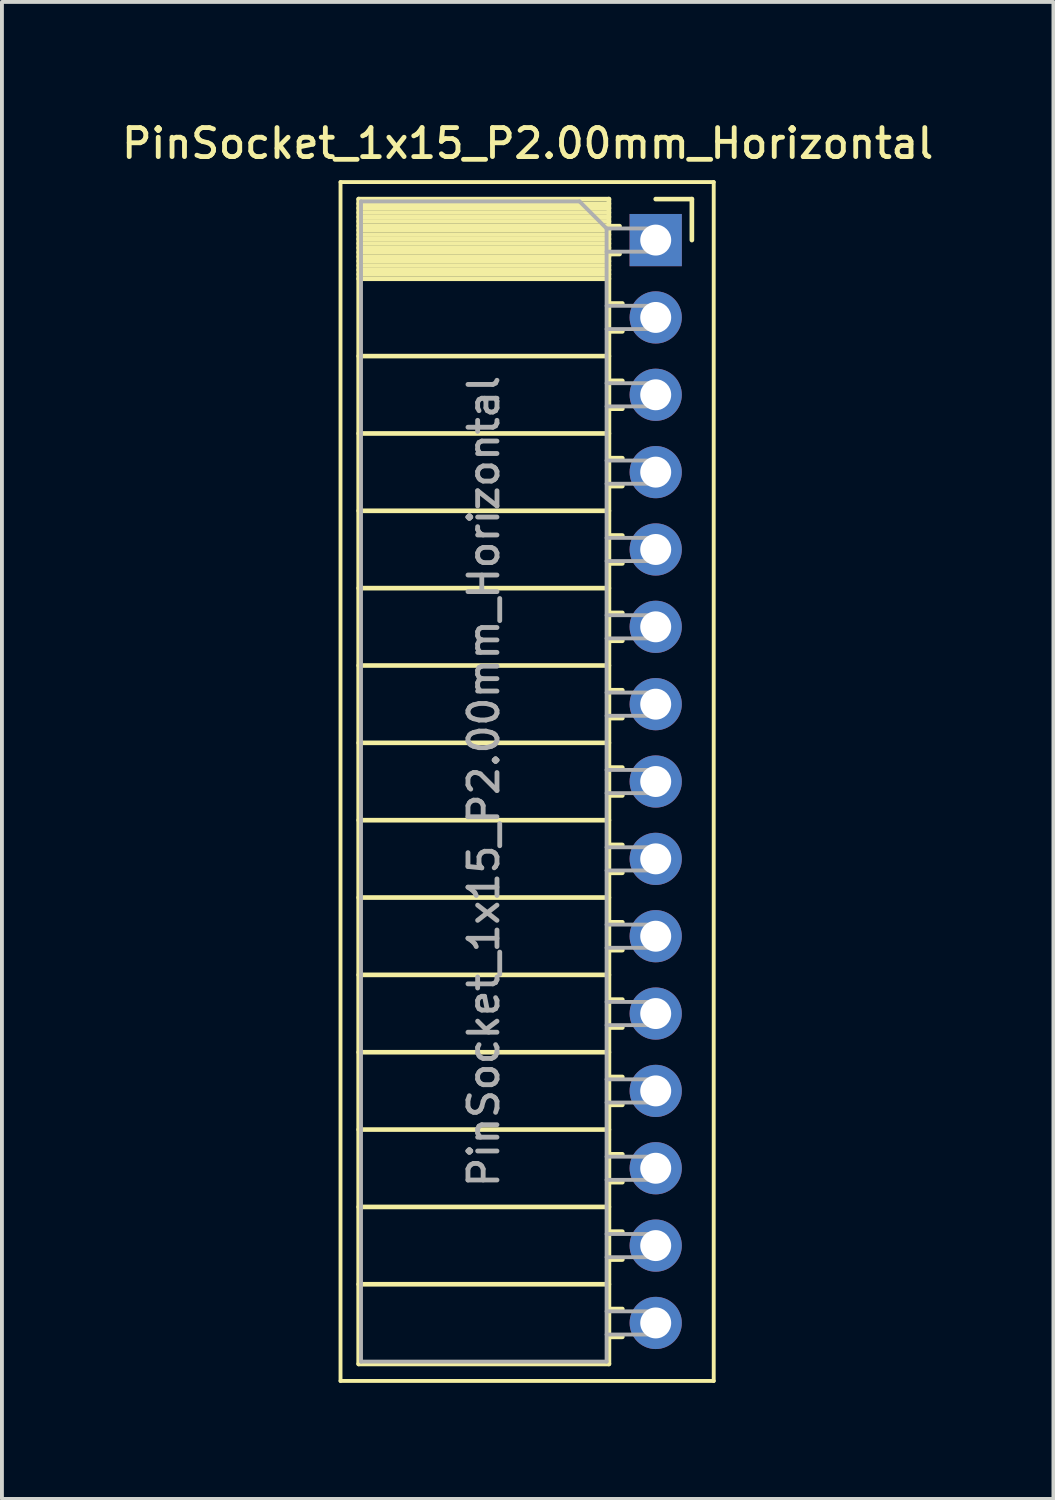
<source format=kicad_pcb>
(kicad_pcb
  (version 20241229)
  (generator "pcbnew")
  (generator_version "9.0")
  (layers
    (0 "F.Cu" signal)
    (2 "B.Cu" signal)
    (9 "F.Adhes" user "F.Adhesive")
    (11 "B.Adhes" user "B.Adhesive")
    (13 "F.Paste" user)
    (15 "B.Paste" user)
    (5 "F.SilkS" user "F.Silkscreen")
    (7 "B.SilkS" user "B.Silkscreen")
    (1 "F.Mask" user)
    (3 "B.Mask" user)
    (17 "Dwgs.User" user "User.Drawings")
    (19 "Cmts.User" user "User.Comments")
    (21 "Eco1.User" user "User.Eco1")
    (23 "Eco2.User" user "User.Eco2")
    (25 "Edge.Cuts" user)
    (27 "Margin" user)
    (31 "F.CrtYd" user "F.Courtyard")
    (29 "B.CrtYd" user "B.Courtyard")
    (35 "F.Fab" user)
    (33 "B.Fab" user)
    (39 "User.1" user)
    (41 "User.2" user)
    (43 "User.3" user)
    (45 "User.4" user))
  (footprint "PinSocket_1x15_P2.00mm_Horizontal"
    (layer "F.Cu")
    (at 13.905 3.158)
    (property "Reference" "PinSocket_1x15_P2.00mm_Horizontal" (at -3.31 -2.5 0) (layer "F.SilkS") (effects (font (size 0.75 0.75) (thickness 0.125))))
    (attr through_hole)
    (fp_line (start -8.15 -1.5) (end -8.15 29.5) (stroke (width 0.1) (type solid)) (layer "F.SilkS"))
    (fp_line (start -8.15 29.5) (end 1.5 29.5) (stroke (width 0.1) (type solid)) (layer "F.SilkS"))
    (fp_line (start -7.68 -1.06) (end -7.68 29.06) (stroke (width 0.12) (type solid)) (layer "F.SilkS"))
    (fp_line (start -7.68 -1.06) (end -1.21 -1.06) (stroke (width 0.12) (type solid)) (layer "F.SilkS"))
    (fp_line (start -7.68 -0.94) (end -1.21 -0.94) (stroke (width 0.12) (type solid)) (layer "F.SilkS"))
    (fp_line (start -7.68 -0.826) (end -1.21 -0.826) (stroke (width 0.12) (type solid)) (layer "F.SilkS"))
    (fp_line (start -7.68 -0.712) (end -1.21 -0.712) (stroke (width 0.12) (type solid)) (layer "F.SilkS"))
    (fp_line (start -7.68 -0.598) (end -1.21 -0.598) (stroke (width 0.12) (type solid)) (layer "F.SilkS"))
    (fp_line (start -7.68 -0.484) (end -1.21 -0.484) (stroke (width 0.12) (type solid)) (layer "F.SilkS"))
    (fp_line (start -7.68 -0.369) (end -1.21 -0.369) (stroke (width 0.12) (type solid)) (layer "F.SilkS"))
    (fp_line (start -7.68 -0.255) (end -1.21 -0.255) (stroke (width 0.12) (type solid)) (layer "F.SilkS"))
    (fp_line (start -7.68 -0.141) (end -1.21 -0.141) (stroke (width 0.12) (type solid)) (layer "F.SilkS"))
    (fp_line (start -7.68 -0.027) (end -1.21 -0.027) (stroke (width 0.12) (type solid)) (layer "F.SilkS"))
    (fp_line (start -7.68 0.087) (end -1.21 0.087) (stroke (width 0.12) (type solid)) (layer "F.SilkS"))
    (fp_line (start -7.68 0.201) (end -1.21 0.201) (stroke (width 0.12) (type solid)) (layer "F.SilkS"))
    (fp_line (start -7.68 0.315) (end -1.21 0.315) (stroke (width 0.12) (type solid)) (layer "F.SilkS"))
    (fp_line (start -7.68 0.429) (end -1.21 0.429) (stroke (width 0.12) (type solid)) (layer "F.SilkS"))
    (fp_line (start -7.68 0.544) (end -1.21 0.544) (stroke (width 0.12) (type solid)) (layer "F.SilkS"))
    (fp_line (start -7.68 0.658) (end -1.21 0.658) (stroke (width 0.12) (type solid)) (layer "F.SilkS"))
    (fp_line (start -7.68 0.772) (end -1.21 0.772) (stroke (width 0.12) (type solid)) (layer "F.SilkS"))
    (fp_line (start -7.68 0.886) (end -1.21 0.886) (stroke (width 0.12) (type solid)) (layer "F.SilkS"))
    (fp_line (start -7.68 1) (end -1.21 1) (stroke (width 0.12) (type solid)) (layer "F.SilkS"))
    (fp_line (start -7.68 3) (end -1.21 3) (stroke (width 0.12) (type solid)) (layer "F.SilkS"))
    (fp_line (start -7.68 5) (end -1.21 5) (stroke (width 0.12) (type solid)) (layer "F.SilkS"))
    (fp_line (start -7.68 7) (end -1.21 7) (stroke (width 0.12) (type solid)) (layer "F.SilkS"))
    (fp_line (start -7.68 9) (end -1.21 9) (stroke (width 0.12) (type solid)) (layer "F.SilkS"))
    (fp_line (start -7.68 11) (end -1.21 11) (stroke (width 0.12) (type solid)) (layer "F.SilkS"))
    (fp_line (start -7.68 13) (end -1.21 13) (stroke (width 0.12) (type solid)) (layer "F.SilkS"))
    (fp_line (start -7.68 15) (end -1.21 15) (stroke (width 0.12) (type solid)) (layer "F.SilkS"))
    (fp_line (start -7.68 17) (end -1.21 17) (stroke (width 0.12) (type solid)) (layer "F.SilkS"))
    (fp_line (start -7.68 19) (end -1.21 19) (stroke (width 0.12) (type solid)) (layer "F.SilkS"))
    (fp_line (start -7.68 21) (end -1.21 21) (stroke (width 0.12) (type solid)) (layer "F.SilkS"))
    (fp_line (start -7.68 23) (end -1.21 23) (stroke (width 0.12) (type solid)) (layer "F.SilkS"))
    (fp_line (start -7.68 25) (end -1.21 25) (stroke (width 0.12) (type solid)) (layer "F.SilkS"))
    (fp_line (start -7.68 27) (end -1.21 27) (stroke (width 0.12) (type solid)) (layer "F.SilkS"))
    (fp_line (start -7.68 29.06) (end -1.21 29.06) (stroke (width 0.12) (type solid)) (layer "F.SilkS"))
    (fp_line (start -1.21 -1.06) (end -1.21 29.06) (stroke (width 0.12) (type solid)) (layer "F.SilkS"))
    (fp_line (start -1.21 -0.36) (end -0.935 -0.36) (stroke (width 0.12) (type solid)) (layer "F.SilkS"))
    (fp_line (start -1.21 0.36) (end -0.935 0.36) (stroke (width 0.12) (type solid)) (layer "F.SilkS"))
    (fp_line (start -1.21 1.64) (end -0.863 1.64) (stroke (width 0.12) (type solid)) (layer "F.SilkS"))
    (fp_line (start -1.21 2.36) (end -0.863 2.36) (stroke (width 0.12) (type solid)) (layer "F.SilkS"))
    (fp_line (start -1.21 3.64) (end -0.863 3.64) (stroke (width 0.12) (type solid)) (layer "F.SilkS"))
    (fp_line (start -1.21 4.36) (end -0.863 4.36) (stroke (width 0.12) (type solid)) (layer "F.SilkS"))
    (fp_line (start -1.21 5.64) (end -0.863 5.64) (stroke (width 0.12) (type solid)) (layer "F.SilkS"))
    (fp_line (start -1.21 6.36) (end -0.863 6.36) (stroke (width 0.12) (type solid)) (layer "F.SilkS"))
    (fp_line (start -1.21 7.64) (end -0.863 7.64) (stroke (width 0.12) (type solid)) (layer "F.SilkS"))
    (fp_line (start -1.21 8.36) (end -0.863 8.36) (stroke (width 0.12) (type solid)) (layer "F.SilkS"))
    (fp_line (start -1.21 9.64) (end -0.863 9.64) (stroke (width 0.12) (type solid)) (layer "F.SilkS"))
    (fp_line (start -1.21 10.36) (end -0.863 10.36) (stroke (width 0.12) (type solid)) (layer "F.SilkS"))
    (fp_line (start -1.21 11.64) (end -0.863 11.64) (stroke (width 0.12) (type solid)) (layer "F.SilkS"))
    (fp_line (start -1.21 12.36) (end -0.863 12.36) (stroke (width 0.12) (type solid)) (layer "F.SilkS"))
    (fp_line (start -1.21 13.64) (end -0.863 13.64) (stroke (width 0.12) (type solid)) (layer "F.SilkS"))
    (fp_line (start -1.21 14.36) (end -0.863 14.36) (stroke (width 0.12) (type solid)) (layer "F.SilkS"))
    (fp_line (start -1.21 15.64) (end -0.863 15.64) (stroke (width 0.12) (type solid)) (layer "F.SilkS"))
    (fp_line (start -1.21 16.36) (end -0.863 16.36) (stroke (width 0.12) (type solid)) (layer "F.SilkS"))
    (fp_line (start -1.21 17.64) (end -0.863 17.64) (stroke (width 0.12) (type solid)) (layer "F.SilkS"))
    (fp_line (start -1.21 18.36) (end -0.863 18.36) (stroke (width 0.12) (type solid)) (layer "F.SilkS"))
    (fp_line (start -1.21 19.64) (end -0.863 19.64) (stroke (width 0.12) (type solid)) (layer "F.SilkS"))
    (fp_line (start -1.21 20.36) (end -0.863 20.36) (stroke (width 0.12) (type solid)) (layer "F.SilkS"))
    (fp_line (start -1.21 21.64) (end -0.863 21.64) (stroke (width 0.12) (type solid)) (layer "F.SilkS"))
    (fp_line (start -1.21 22.36) (end -0.863 22.36) (stroke (width 0.12) (type solid)) (layer "F.SilkS"))
    (fp_line (start -1.21 23.64) (end -0.863 23.64) (stroke (width 0.12) (type solid)) (layer "F.SilkS"))
    (fp_line (start -1.21 24.36) (end -0.863 24.36) (stroke (width 0.12) (type solid)) (layer "F.SilkS"))
    (fp_line (start -1.21 25.64) (end -0.863 25.64) (stroke (width 0.12) (type solid)) (layer "F.SilkS"))
    (fp_line (start -1.21 26.36) (end -0.863 26.36) (stroke (width 0.12) (type solid)) (layer "F.SilkS"))
    (fp_line (start -1.21 27.64) (end -0.863 27.64) (stroke (width 0.12) (type solid)) (layer "F.SilkS"))
    (fp_line (start -1.21 28.36) (end -0.863 28.36) (stroke (width 0.12) (type solid)) (layer "F.SilkS"))
    (fp_line (start 0 -1.06) (end 0.935 -1.06) (stroke (width 0.12) (type solid)) (layer "F.SilkS"))
    (fp_line (start 0.935 -1.06) (end 0.935 0) (stroke (width 0.12) (type solid)) (layer "F.SilkS"))
    (fp_line (start 1.5 -1.5) (end -8.15 -1.5) (stroke (width 0.1) (type solid)) (layer "F.SilkS"))
    (fp_line (start 1.5 29.5) (end 1.5 -1.5) (stroke (width 0.1) (type solid)) (layer "F.SilkS"))
    (fp_line (start -7.62 -1) (end -1.97 -1) (stroke (width 0.1) (type solid)) (layer "F.Fab"))
    (fp_line (start -7.62 29) (end -7.62 -1) (stroke (width 0.1) (type solid)) (layer "F.Fab"))
    (fp_line (start -1.97 -1) (end -1.27 -0.3) (stroke (width 0.1) (type solid)) (layer "F.Fab"))
    (fp_line (start -1.27 -0.3) (end -1.27 29) (stroke (width 0.1) (type solid)) (layer "F.Fab"))
    (fp_line (start -1.27 0.3) (end 0 0.3) (stroke (width 0.1) (type solid)) (layer "F.Fab"))
    (fp_line (start -1.27 2.3) (end 0 2.3) (stroke (width 0.1) (type solid)) (layer "F.Fab"))
    (fp_line (start -1.27 4.3) (end 0 4.3) (stroke (width 0.1) (type solid)) (layer "F.Fab"))
    (fp_line (start -1.27 6.3) (end 0 6.3) (stroke (width 0.1) (type solid)) (layer "F.Fab"))
    (fp_line (start -1.27 8.3) (end 0 8.3) (stroke (width 0.1) (type solid)) (layer "F.Fab"))
    (fp_line (start -1.27 10.3) (end 0 10.3) (stroke (width 0.1) (type solid)) (layer "F.Fab"))
    (fp_line (start -1.27 12.3) (end 0 12.3) (stroke (width 0.1) (type solid)) (layer "F.Fab"))
    (fp_line (start -1.27 14.3) (end 0 14.3) (stroke (width 0.1) (type solid)) (layer "F.Fab"))
    (fp_line (start -1.27 16.3) (end 0 16.3) (stroke (width 0.1) (type solid)) (layer "F.Fab"))
    (fp_line (start -1.27 18.3) (end 0 18.3) (stroke (width 0.1) (type solid)) (layer "F.Fab"))
    (fp_line (start -1.27 20.3) (end 0 20.3) (stroke (width 0.1) (type solid)) (layer "F.Fab"))
    (fp_line (start -1.27 22.3) (end 0 22.3) (stroke (width 0.1) (type solid)) (layer "F.Fab"))
    (fp_line (start -1.27 24.3) (end 0 24.3) (stroke (width 0.1) (type solid)) (layer "F.Fab"))
    (fp_line (start -1.27 26.3) (end 0 26.3) (stroke (width 0.1) (type solid)) (layer "F.Fab"))
    (fp_line (start -1.27 28.3) (end 0 28.3) (stroke (width 0.1) (type solid)) (layer "F.Fab"))
    (fp_line (start -1.27 29) (end -7.62 29) (stroke (width 0.1) (type solid)) (layer "F.Fab"))
    (fp_line (start 0 -0.3) (end -1.27 -0.3) (stroke (width 0.1) (type solid)) (layer "F.Fab"))
    (fp_line (start 0 0.3) (end 0 -0.3) (stroke (width 0.1) (type solid)) (layer "F.Fab"))
    (fp_line (start 0 1.7) (end -1.27 1.7) (stroke (width 0.1) (type solid)) (layer "F.Fab"))
    (fp_line (start 0 2.3) (end 0 1.7) (stroke (width 0.1) (type solid)) (layer "F.Fab"))
    (fp_line (start 0 3.7) (end -1.27 3.7) (stroke (width 0.1) (type solid)) (layer "F.Fab"))
    (fp_line (start 0 4.3) (end 0 3.7) (stroke (width 0.1) (type solid)) (layer "F.Fab"))
    (fp_line (start 0 5.7) (end -1.27 5.7) (stroke (width 0.1) (type solid)) (layer "F.Fab"))
    (fp_line (start 0 6.3) (end 0 5.7) (stroke (width 0.1) (type solid)) (layer "F.Fab"))
    (fp_line (start 0 7.7) (end -1.27 7.7) (stroke (width 0.1) (type solid)) (layer "F.Fab"))
    (fp_line (start 0 8.3) (end 0 7.7) (stroke (width 0.1) (type solid)) (layer "F.Fab"))
    (fp_line (start 0 9.7) (end -1.27 9.7) (stroke (width 0.1) (type solid)) (layer "F.Fab"))
    (fp_line (start 0 10.3) (end 0 9.7) (stroke (width 0.1) (type solid)) (layer "F.Fab"))
    (fp_line (start 0 11.7) (end -1.27 11.7) (stroke (width 0.1) (type solid)) (layer "F.Fab"))
    (fp_line (start 0 12.3) (end 0 11.7) (stroke (width 0.1) (type solid)) (layer "F.Fab"))
    (fp_line (start 0 13.7) (end -1.27 13.7) (stroke (width 0.1) (type solid)) (layer "F.Fab"))
    (fp_line (start 0 14.3) (end 0 13.7) (stroke (width 0.1) (type solid)) (layer "F.Fab"))
    (fp_line (start 0 15.7) (end -1.27 15.7) (stroke (width 0.1) (type solid)) (layer "F.Fab"))
    (fp_line (start 0 16.3) (end 0 15.7) (stroke (width 0.1) (type solid)) (layer "F.Fab"))
    (fp_line (start 0 17.7) (end -1.27 17.7) (stroke (width 0.1) (type solid)) (layer "F.Fab"))
    (fp_line (start 0 18.3) (end 0 17.7) (stroke (width 0.1) (type solid)) (layer "F.Fab"))
    (fp_line (start 0 19.7) (end -1.27 19.7) (stroke (width 0.1) (type solid)) (layer "F.Fab"))
    (fp_line (start 0 20.3) (end 0 19.7) (stroke (width 0.1) (type solid)) (layer "F.Fab"))
    (fp_line (start 0 21.7) (end -1.27 21.7) (stroke (width 0.1) (type solid)) (layer "F.Fab"))
    (fp_line (start 0 22.3) (end 0 21.7) (stroke (width 0.1) (type solid)) (layer "F.Fab"))
    (fp_line (start 0 23.7) (end -1.27 23.7) (stroke (width 0.1) (type solid)) (layer "F.Fab"))
    (fp_line (start 0 24.3) (end 0 23.7) (stroke (width 0.1) (type solid)) (layer "F.Fab"))
    (fp_line (start 0 25.7) (end -1.27 25.7) (stroke (width 0.1) (type solid)) (layer "F.Fab"))
    (fp_line (start 0 26.3) (end 0 25.7) (stroke (width 0.1) (type solid)) (layer "F.Fab"))
    (fp_line (start 0 27.7) (end -1.27 27.7) (stroke (width 0.1) (type solid)) (layer "F.Fab"))
    (fp_line (start 0 28.3) (end 0 27.7) (stroke (width 0.1) (type solid)) (layer "F.Fab"))
    (fp_text user "${REFERENCE}" (at -4.445 14 90) (layer "F.Fab") (effects (font (size 0.75 0.75) (thickness 0.125))))
    (pad "1" thru_hole rect (at 0 0) (size 1.35 1.35) (drill 0.8) (layers "*.Cu" "*.Mask"))
    (pad "2" thru_hole oval (at 0 2) (size 1.35 1.35) (drill 0.8) (layers "*.Cu" "*.Mask"))
    (pad "3" thru_hole oval (at 0 4) (size 1.35 1.35) (drill 0.8) (layers "*.Cu" "*.Mask"))
    (pad "4" thru_hole oval (at 0 6) (size 1.35 1.35) (drill 0.8) (layers "*.Cu" "*.Mask"))
    (pad "5" thru_hole oval (at 0 8) (size 1.35 1.35) (drill 0.8) (layers "*.Cu" "*.Mask"))
    (pad "6" thru_hole oval (at 0 10) (size 1.35 1.35) (drill 0.8) (layers "*.Cu" "*.Mask"))
    (pad "7" thru_hole oval (at 0 12) (size 1.35 1.35) (drill 0.8) (layers "*.Cu" "*.Mask"))
    (pad "8" thru_hole oval (at 0 14) (size 1.35 1.35) (drill 0.8) (layers "*.Cu" "*.Mask"))
    (pad "9" thru_hole oval (at 0 16) (size 1.35 1.35) (drill 0.8) (layers "*.Cu" "*.Mask"))
    (pad "10" thru_hole oval (at 0 18) (size 1.35 1.35) (drill 0.8) (layers "*.Cu" "*.Mask"))
    (pad "11" thru_hole oval (at 0 20) (size 1.35 1.35) (drill 0.8) (layers "*.Cu" "*.Mask"))
    (pad "12" thru_hole oval (at 0 22) (size 1.35 1.35) (drill 0.8) (layers "*.Cu" "*.Mask"))
    (pad "13" thru_hole oval (at 0 24) (size 1.35 1.35) (drill 0.8) (layers "*.Cu" "*.Mask"))
    (pad "14" thru_hole oval (at 0 26) (size 1.35 1.35) (drill 0.8) (layers "*.Cu" "*.Mask"))
    (pad "15" thru_hole oval (at 0 28) (size 1.35 1.35) (drill 0.8) (layers "*.Cu" "*.Mask")))
  (gr_rect
    (start -3 -3)
    (end 24.189 35.708)
    (stroke (width 0.1) (type default))
    (fill no)
    (layer "Edge.Cuts")))
</source>
